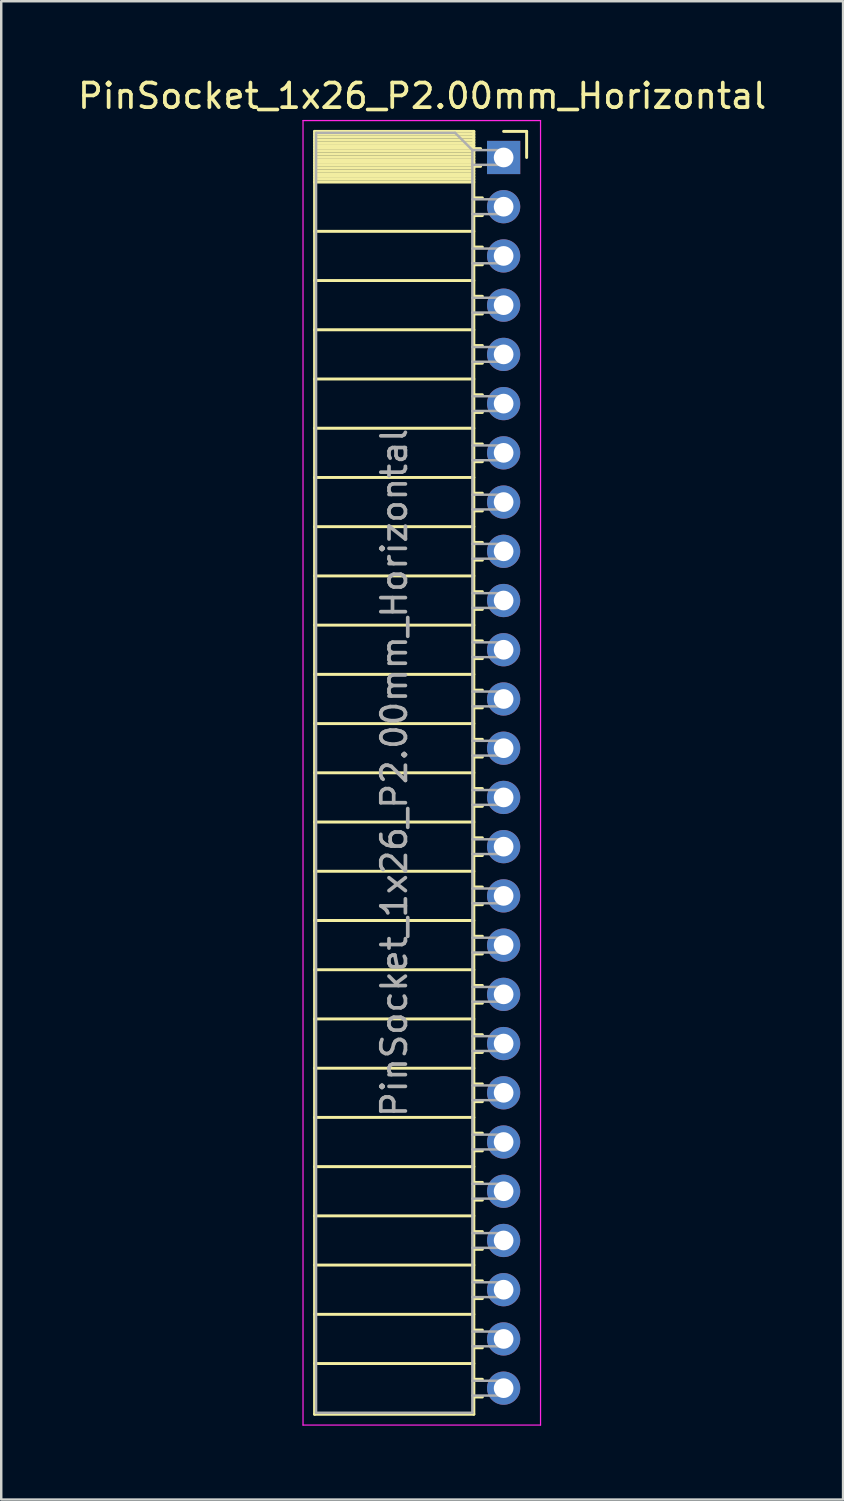
<source format=kicad_pcb>
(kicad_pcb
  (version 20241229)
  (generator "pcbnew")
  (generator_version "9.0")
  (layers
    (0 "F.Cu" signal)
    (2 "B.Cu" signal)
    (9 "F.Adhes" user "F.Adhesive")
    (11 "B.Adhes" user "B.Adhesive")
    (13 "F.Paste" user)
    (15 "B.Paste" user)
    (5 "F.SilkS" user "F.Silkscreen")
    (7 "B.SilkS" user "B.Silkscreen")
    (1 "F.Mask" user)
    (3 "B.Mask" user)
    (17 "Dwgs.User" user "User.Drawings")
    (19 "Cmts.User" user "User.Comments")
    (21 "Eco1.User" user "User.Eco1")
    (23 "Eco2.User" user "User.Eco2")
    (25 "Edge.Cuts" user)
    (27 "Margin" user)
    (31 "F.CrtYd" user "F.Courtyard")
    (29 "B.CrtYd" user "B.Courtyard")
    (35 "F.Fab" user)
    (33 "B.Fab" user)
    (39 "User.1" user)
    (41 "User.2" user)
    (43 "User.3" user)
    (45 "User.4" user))
  (footprint "PinSocket_1x26_P2.00mm_Horizontal"
    (layer "F.Cu")
    (at 17.411 3.348)
    (property "Reference" "PinSocket_1x26_P2.00mm_Horizontal" (at -3.31 -2.5 0) (layer "F.SilkS") (effects (font (size 1 1) (thickness 0.15))))
    (attr through_hole)
    (fp_line (start -7.68 -1.06) (end -7.68 51.06) (stroke (width 0.12) (type solid)) (layer "F.SilkS"))
    (fp_line (start -7.68 -1.06) (end -1.21 -1.06) (stroke (width 0.12) (type solid)) (layer "F.SilkS"))
    (fp_line (start -7.68 -0.94) (end -1.21 -0.94) (stroke (width 0.12) (type solid)) (layer "F.SilkS"))
    (fp_line (start -7.68 -0.826) (end -1.21 -0.826) (stroke (width 0.12) (type solid)) (layer "F.SilkS"))
    (fp_line (start -7.68 -0.712) (end -1.21 -0.712) (stroke (width 0.12) (type solid)) (layer "F.SilkS"))
    (fp_line (start -7.68 -0.598) (end -1.21 -0.598) (stroke (width 0.12) (type solid)) (layer "F.SilkS"))
    (fp_line (start -7.68 -0.484) (end -1.21 -0.484) (stroke (width 0.12) (type solid)) (layer "F.SilkS"))
    (fp_line (start -7.68 -0.369) (end -1.21 -0.369) (stroke (width 0.12) (type solid)) (layer "F.SilkS"))
    (fp_line (start -7.68 -0.255) (end -1.21 -0.255) (stroke (width 0.12) (type solid)) (layer "F.SilkS"))
    (fp_line (start -7.68 -0.141) (end -1.21 -0.141) (stroke (width 0.12) (type solid)) (layer "F.SilkS"))
    (fp_line (start -7.68 -0.027) (end -1.21 -0.027) (stroke (width 0.12) (type solid)) (layer "F.SilkS"))
    (fp_line (start -7.68 0.087) (end -1.21 0.087) (stroke (width 0.12) (type solid)) (layer "F.SilkS"))
    (fp_line (start -7.68 0.201) (end -1.21 0.201) (stroke (width 0.12) (type solid)) (layer "F.SilkS"))
    (fp_line (start -7.68 0.315) (end -1.21 0.315) (stroke (width 0.12) (type solid)) (layer "F.SilkS"))
    (fp_line (start -7.68 0.429) (end -1.21 0.429) (stroke (width 0.12) (type solid)) (layer "F.SilkS"))
    (fp_line (start -7.68 0.544) (end -1.21 0.544) (stroke (width 0.12) (type solid)) (layer "F.SilkS"))
    (fp_line (start -7.68 0.658) (end -1.21 0.658) (stroke (width 0.12) (type solid)) (layer "F.SilkS"))
    (fp_line (start -7.68 0.772) (end -1.21 0.772) (stroke (width 0.12) (type solid)) (layer "F.SilkS"))
    (fp_line (start -7.68 0.886) (end -1.21 0.886) (stroke (width 0.12) (type solid)) (layer "F.SilkS"))
    (fp_line (start -7.68 1) (end -1.21 1) (stroke (width 0.12) (type solid)) (layer "F.SilkS"))
    (fp_line (start -7.68 3) (end -1.21 3) (stroke (width 0.12) (type solid)) (layer "F.SilkS"))
    (fp_line (start -7.68 5) (end -1.21 5) (stroke (width 0.12) (type solid)) (layer "F.SilkS"))
    (fp_line (start -7.68 7) (end -1.21 7) (stroke (width 0.12) (type solid)) (layer "F.SilkS"))
    (fp_line (start -7.68 9) (end -1.21 9) (stroke (width 0.12) (type solid)) (layer "F.SilkS"))
    (fp_line (start -7.68 11) (end -1.21 11) (stroke (width 0.12) (type solid)) (layer "F.SilkS"))
    (fp_line (start -7.68 13) (end -1.21 13) (stroke (width 0.12) (type solid)) (layer "F.SilkS"))
    (fp_line (start -7.68 15) (end -1.21 15) (stroke (width 0.12) (type solid)) (layer "F.SilkS"))
    (fp_line (start -7.68 17) (end -1.21 17) (stroke (width 0.12) (type solid)) (layer "F.SilkS"))
    (fp_line (start -7.68 19) (end -1.21 19) (stroke (width 0.12) (type solid)) (layer "F.SilkS"))
    (fp_line (start -7.68 21) (end -1.21 21) (stroke (width 0.12) (type solid)) (layer "F.SilkS"))
    (fp_line (start -7.68 23) (end -1.21 23) (stroke (width 0.12) (type solid)) (layer "F.SilkS"))
    (fp_line (start -7.68 25) (end -1.21 25) (stroke (width 0.12) (type solid)) (layer "F.SilkS"))
    (fp_line (start -7.68 27) (end -1.21 27) (stroke (width 0.12) (type solid)) (layer "F.SilkS"))
    (fp_line (start -7.68 29) (end -1.21 29) (stroke (width 0.12) (type solid)) (layer "F.SilkS"))
    (fp_line (start -7.68 31) (end -1.21 31) (stroke (width 0.12) (type solid)) (layer "F.SilkS"))
    (fp_line (start -7.68 33) (end -1.21 33) (stroke (width 0.12) (type solid)) (layer "F.SilkS"))
    (fp_line (start -7.68 35) (end -1.21 35) (stroke (width 0.12) (type solid)) (layer "F.SilkS"))
    (fp_line (start -7.68 37) (end -1.21 37) (stroke (width 0.12) (type solid)) (layer "F.SilkS"))
    (fp_line (start -7.68 39) (end -1.21 39) (stroke (width 0.12) (type solid)) (layer "F.SilkS"))
    (fp_line (start -7.68 41) (end -1.21 41) (stroke (width 0.12) (type solid)) (layer "F.SilkS"))
    (fp_line (start -7.68 43) (end -1.21 43) (stroke (width 0.12) (type solid)) (layer "F.SilkS"))
    (fp_line (start -7.68 45) (end -1.21 45) (stroke (width 0.12) (type solid)) (layer "F.SilkS"))
    (fp_line (start -7.68 47) (end -1.21 47) (stroke (width 0.12) (type solid)) (layer "F.SilkS"))
    (fp_line (start -7.68 49) (end -1.21 49) (stroke (width 0.12) (type solid)) (layer "F.SilkS"))
    (fp_line (start -7.68 51.06) (end -1.21 51.06) (stroke (width 0.12) (type solid)) (layer "F.SilkS"))
    (fp_line (start -1.21 -1.06) (end -1.21 51.06) (stroke (width 0.12) (type solid)) (layer "F.SilkS"))
    (fp_line (start -1.21 -0.36) (end -0.935 -0.36) (stroke (width 0.12) (type solid)) (layer "F.SilkS"))
    (fp_line (start -1.21 0.36) (end -0.935 0.36) (stroke (width 0.12) (type solid)) (layer "F.SilkS"))
    (fp_line (start -1.21 1.64) (end -0.863 1.64) (stroke (width 0.12) (type solid)) (layer "F.SilkS"))
    (fp_line (start -1.21 2.36) (end -0.863 2.36) (stroke (width 0.12) (type solid)) (layer "F.SilkS"))
    (fp_line (start -1.21 3.64) (end -0.863 3.64) (stroke (width 0.12) (type solid)) (layer "F.SilkS"))
    (fp_line (start -1.21 4.36) (end -0.863 4.36) (stroke (width 0.12) (type solid)) (layer "F.SilkS"))
    (fp_line (start -1.21 5.64) (end -0.863 5.64) (stroke (width 0.12) (type solid)) (layer "F.SilkS"))
    (fp_line (start -1.21 6.36) (end -0.863 6.36) (stroke (width 0.12) (type solid)) (layer "F.SilkS"))
    (fp_line (start -1.21 7.64) (end -0.863 7.64) (stroke (width 0.12) (type solid)) (layer "F.SilkS"))
    (fp_line (start -1.21 8.36) (end -0.863 8.36) (stroke (width 0.12) (type solid)) (layer "F.SilkS"))
    (fp_line (start -1.21 9.64) (end -0.863 9.64) (stroke (width 0.12) (type solid)) (layer "F.SilkS"))
    (fp_line (start -1.21 10.36) (end -0.863 10.36) (stroke (width 0.12) (type solid)) (layer "F.SilkS"))
    (fp_line (start -1.21 11.64) (end -0.863 11.64) (stroke (width 0.12) (type solid)) (layer "F.SilkS"))
    (fp_line (start -1.21 12.36) (end -0.863 12.36) (stroke (width 0.12) (type solid)) (layer "F.SilkS"))
    (fp_line (start -1.21 13.64) (end -0.863 13.64) (stroke (width 0.12) (type solid)) (layer "F.SilkS"))
    (fp_line (start -1.21 14.36) (end -0.863 14.36) (stroke (width 0.12) (type solid)) (layer "F.SilkS"))
    (fp_line (start -1.21 15.64) (end -0.863 15.64) (stroke (width 0.12) (type solid)) (layer "F.SilkS"))
    (fp_line (start -1.21 16.36) (end -0.863 16.36) (stroke (width 0.12) (type solid)) (layer "F.SilkS"))
    (fp_line (start -1.21 17.64) (end -0.863 17.64) (stroke (width 0.12) (type solid)) (layer "F.SilkS"))
    (fp_line (start -1.21 18.36) (end -0.863 18.36) (stroke (width 0.12) (type solid)) (layer "F.SilkS"))
    (fp_line (start -1.21 19.64) (end -0.863 19.64) (stroke (width 0.12) (type solid)) (layer "F.SilkS"))
    (fp_line (start -1.21 20.36) (end -0.863 20.36) (stroke (width 0.12) (type solid)) (layer "F.SilkS"))
    (fp_line (start -1.21 21.64) (end -0.863 21.64) (stroke (width 0.12) (type solid)) (layer "F.SilkS"))
    (fp_line (start -1.21 22.36) (end -0.863 22.36) (stroke (width 0.12) (type solid)) (layer "F.SilkS"))
    (fp_line (start -1.21 23.64) (end -0.863 23.64) (stroke (width 0.12) (type solid)) (layer "F.SilkS"))
    (fp_line (start -1.21 24.36) (end -0.863 24.36) (stroke (width 0.12) (type solid)) (layer "F.SilkS"))
    (fp_line (start -1.21 25.64) (end -0.863 25.64) (stroke (width 0.12) (type solid)) (layer "F.SilkS"))
    (fp_line (start -1.21 26.36) (end -0.863 26.36) (stroke (width 0.12) (type solid)) (layer "F.SilkS"))
    (fp_line (start -1.21 27.64) (end -0.863 27.64) (stroke (width 0.12) (type solid)) (layer "F.SilkS"))
    (fp_line (start -1.21 28.36) (end -0.863 28.36) (stroke (width 0.12) (type solid)) (layer "F.SilkS"))
    (fp_line (start -1.21 29.64) (end -0.863 29.64) (stroke (width 0.12) (type solid)) (layer "F.SilkS"))
    (fp_line (start -1.21 30.36) (end -0.863 30.36) (stroke (width 0.12) (type solid)) (layer "F.SilkS"))
    (fp_line (start -1.21 31.64) (end -0.863 31.64) (stroke (width 0.12) (type solid)) (layer "F.SilkS"))
    (fp_line (start -1.21 32.36) (end -0.863 32.36) (stroke (width 0.12) (type solid)) (layer "F.SilkS"))
    (fp_line (start -1.21 33.64) (end -0.863 33.64) (stroke (width 0.12) (type solid)) (layer "F.SilkS"))
    (fp_line (start -1.21 34.36) (end -0.863 34.36) (stroke (width 0.12) (type solid)) (layer "F.SilkS"))
    (fp_line (start -1.21 35.64) (end -0.863 35.64) (stroke (width 0.12) (type solid)) (layer "F.SilkS"))
    (fp_line (start -1.21 36.36) (end -0.863 36.36) (stroke (width 0.12) (type solid)) (layer "F.SilkS"))
    (fp_line (start -1.21 37.64) (end -0.863 37.64) (stroke (width 0.12) (type solid)) (layer "F.SilkS"))
    (fp_line (start -1.21 38.36) (end -0.863 38.36) (stroke (width 0.12) (type solid)) (layer "F.SilkS"))
    (fp_line (start -1.21 39.64) (end -0.863 39.64) (stroke (width 0.12) (type solid)) (layer "F.SilkS"))
    (fp_line (start -1.21 40.36) (end -0.863 40.36) (stroke (width 0.12) (type solid)) (layer "F.SilkS"))
    (fp_line (start -1.21 41.64) (end -0.863 41.64) (stroke (width 0.12) (type solid)) (layer "F.SilkS"))
    (fp_line (start -1.21 42.36) (end -0.863 42.36) (stroke (width 0.12) (type solid)) (layer "F.SilkS"))
    (fp_line (start -1.21 43.64) (end -0.863 43.64) (stroke (width 0.12) (type solid)) (layer "F.SilkS"))
    (fp_line (start -1.21 44.36) (end -0.863 44.36) (stroke (width 0.12) (type solid)) (layer "F.SilkS"))
    (fp_line (start -1.21 45.64) (end -0.863 45.64) (stroke (width 0.12) (type solid)) (layer "F.SilkS"))
    (fp_line (start -1.21 46.36) (end -0.863 46.36) (stroke (width 0.12) (type solid)) (layer "F.SilkS"))
    (fp_line (start -1.21 47.64) (end -0.863 47.64) (stroke (width 0.12) (type solid)) (layer "F.SilkS"))
    (fp_line (start -1.21 48.36) (end -0.863 48.36) (stroke (width 0.12) (type solid)) (layer "F.SilkS"))
    (fp_line (start -1.21 49.64) (end -0.863 49.64) (stroke (width 0.12) (type solid)) (layer "F.SilkS"))
    (fp_line (start -1.21 50.36) (end -0.863 50.36) (stroke (width 0.12) (type solid)) (layer "F.SilkS"))
    (fp_line (start 0 -1.06) (end 0.935 -1.06) (stroke (width 0.12) (type solid)) (layer "F.SilkS"))
    (fp_line (start 0.935 -1.06) (end 0.935 0) (stroke (width 0.12) (type solid)) (layer "F.SilkS"))
    (fp_line (start -8.15 -1.5) (end -8.15 51.5) (stroke (width 0.05) (type solid)) (layer "F.CrtYd"))
    (fp_line (start -8.15 51.5) (end 1.5 51.5) (stroke (width 0.05) (type solid)) (layer "F.CrtYd"))
    (fp_line (start 1.5 -1.5) (end -8.15 -1.5) (stroke (width 0.05) (type solid)) (layer "F.CrtYd"))
    (fp_line (start 1.5 51.5) (end 1.5 -1.5) (stroke (width 0.05) (type solid)) (layer "F.CrtYd"))
    (fp_line (start -7.62 -1) (end -1.97 -1) (stroke (width 0.1) (type solid)) (layer "F.Fab"))
    (fp_line (start -7.62 51) (end -7.62 -1) (stroke (width 0.1) (type solid)) (layer "F.Fab"))
    (fp_line (start -1.97 -1) (end -1.27 -0.3) (stroke (width 0.1) (type solid)) (layer "F.Fab"))
    (fp_line (start -1.27 -0.3) (end -1.27 51) (stroke (width 0.1) (type solid)) (layer "F.Fab"))
    (fp_line (start -1.27 0.3) (end 0 0.3) (stroke (width 0.1) (type solid)) (layer "F.Fab"))
    (fp_line (start -1.27 2.3) (end 0 2.3) (stroke (width 0.1) (type solid)) (layer "F.Fab"))
    (fp_line (start -1.27 4.3) (end 0 4.3) (stroke (width 0.1) (type solid)) (layer "F.Fab"))
    (fp_line (start -1.27 6.3) (end 0 6.3) (stroke (width 0.1) (type solid)) (layer "F.Fab"))
    (fp_line (start -1.27 8.3) (end 0 8.3) (stroke (width 0.1) (type solid)) (layer "F.Fab"))
    (fp_line (start -1.27 10.3) (end 0 10.3) (stroke (width 0.1) (type solid)) (layer "F.Fab"))
    (fp_line (start -1.27 12.3) (end 0 12.3) (stroke (width 0.1) (type solid)) (layer "F.Fab"))
    (fp_line (start -1.27 14.3) (end 0 14.3) (stroke (width 0.1) (type solid)) (layer "F.Fab"))
    (fp_line (start -1.27 16.3) (end 0 16.3) (stroke (width 0.1) (type solid)) (layer "F.Fab"))
    (fp_line (start -1.27 18.3) (end 0 18.3) (stroke (width 0.1) (type solid)) (layer "F.Fab"))
    (fp_line (start -1.27 20.3) (end 0 20.3) (stroke (width 0.1) (type solid)) (layer "F.Fab"))
    (fp_line (start -1.27 22.3) (end 0 22.3) (stroke (width 0.1) (type solid)) (layer "F.Fab"))
    (fp_line (start -1.27 24.3) (end 0 24.3) (stroke (width 0.1) (type solid)) (layer "F.Fab"))
    (fp_line (start -1.27 26.3) (end 0 26.3) (stroke (width 0.1) (type solid)) (layer "F.Fab"))
    (fp_line (start -1.27 28.3) (end 0 28.3) (stroke (width 0.1) (type solid)) (layer "F.Fab"))
    (fp_line (start -1.27 30.3) (end 0 30.3) (stroke (width 0.1) (type solid)) (layer "F.Fab"))
    (fp_line (start -1.27 32.3) (end 0 32.3) (stroke (width 0.1) (type solid)) (layer "F.Fab"))
    (fp_line (start -1.27 34.3) (end 0 34.3) (stroke (width 0.1) (type solid)) (layer "F.Fab"))
    (fp_line (start -1.27 36.3) (end 0 36.3) (stroke (width 0.1) (type solid)) (layer "F.Fab"))
    (fp_line (start -1.27 38.3) (end 0 38.3) (stroke (width 0.1) (type solid)) (layer "F.Fab"))
    (fp_line (start -1.27 40.3) (end 0 40.3) (stroke (width 0.1) (type solid)) (layer "F.Fab"))
    (fp_line (start -1.27 42.3) (end 0 42.3) (stroke (width 0.1) (type solid)) (layer "F.Fab"))
    (fp_line (start -1.27 44.3) (end 0 44.3) (stroke (width 0.1) (type solid)) (layer "F.Fab"))
    (fp_line (start -1.27 46.3) (end 0 46.3) (stroke (width 0.1) (type solid)) (layer "F.Fab"))
    (fp_line (start -1.27 48.3) (end 0 48.3) (stroke (width 0.1) (type solid)) (layer "F.Fab"))
    (fp_line (start -1.27 50.3) (end 0 50.3) (stroke (width 0.1) (type solid)) (layer "F.Fab"))
    (fp_line (start -1.27 51) (end -7.62 51) (stroke (width 0.1) (type solid)) (layer "F.Fab"))
    (fp_line (start 0 -0.3) (end -1.27 -0.3) (stroke (width 0.1) (type solid)) (layer "F.Fab"))
    (fp_line (start 0 0.3) (end 0 -0.3) (stroke (width 0.1) (type solid)) (layer "F.Fab"))
    (fp_line (start 0 1.7) (end -1.27 1.7) (stroke (width 0.1) (type solid)) (layer "F.Fab"))
    (fp_line (start 0 2.3) (end 0 1.7) (stroke (width 0.1) (type solid)) (layer "F.Fab"))
    (fp_line (start 0 3.7) (end -1.27 3.7) (stroke (width 0.1) (type solid)) (layer "F.Fab"))
    (fp_line (start 0 4.3) (end 0 3.7) (stroke (width 0.1) (type solid)) (layer "F.Fab"))
    (fp_line (start 0 5.7) (end -1.27 5.7) (stroke (width 0.1) (type solid)) (layer "F.Fab"))
    (fp_line (start 0 6.3) (end 0 5.7) (stroke (width 0.1) (type solid)) (layer "F.Fab"))
    (fp_line (start 0 7.7) (end -1.27 7.7) (stroke (width 0.1) (type solid)) (layer "F.Fab"))
    (fp_line (start 0 8.3) (end 0 7.7) (stroke (width 0.1) (type solid)) (layer "F.Fab"))
    (fp_line (start 0 9.7) (end -1.27 9.7) (stroke (width 0.1) (type solid)) (layer "F.Fab"))
    (fp_line (start 0 10.3) (end 0 9.7) (stroke (width 0.1) (type solid)) (layer "F.Fab"))
    (fp_line (start 0 11.7) (end -1.27 11.7) (stroke (width 0.1) (type solid)) (layer "F.Fab"))
    (fp_line (start 0 12.3) (end 0 11.7) (stroke (width 0.1) (type solid)) (layer "F.Fab"))
    (fp_line (start 0 13.7) (end -1.27 13.7) (stroke (width 0.1) (type solid)) (layer "F.Fab"))
    (fp_line (start 0 14.3) (end 0 13.7) (stroke (width 0.1) (type solid)) (layer "F.Fab"))
    (fp_line (start 0 15.7) (end -1.27 15.7) (stroke (width 0.1) (type solid)) (layer "F.Fab"))
    (fp_line (start 0 16.3) (end 0 15.7) (stroke (width 0.1) (type solid)) (layer "F.Fab"))
    (fp_line (start 0 17.7) (end -1.27 17.7) (stroke (width 0.1) (type solid)) (layer "F.Fab"))
    (fp_line (start 0 18.3) (end 0 17.7) (stroke (width 0.1) (type solid)) (layer "F.Fab"))
    (fp_line (start 0 19.7) (end -1.27 19.7) (stroke (width 0.1) (type solid)) (layer "F.Fab"))
    (fp_line (start 0 20.3) (end 0 19.7) (stroke (width 0.1) (type solid)) (layer "F.Fab"))
    (fp_line (start 0 21.7) (end -1.27 21.7) (stroke (width 0.1) (type solid)) (layer "F.Fab"))
    (fp_line (start 0 22.3) (end 0 21.7) (stroke (width 0.1) (type solid)) (layer "F.Fab"))
    (fp_line (start 0 23.7) (end -1.27 23.7) (stroke (width 0.1) (type solid)) (layer "F.Fab"))
    (fp_line (start 0 24.3) (end 0 23.7) (stroke (width 0.1) (type solid)) (layer "F.Fab"))
    (fp_line (start 0 25.7) (end -1.27 25.7) (stroke (width 0.1) (type solid)) (layer "F.Fab"))
    (fp_line (start 0 26.3) (end 0 25.7) (stroke (width 0.1) (type solid)) (layer "F.Fab"))
    (fp_line (start 0 27.7) (end -1.27 27.7) (stroke (width 0.1) (type solid)) (layer "F.Fab"))
    (fp_line (start 0 28.3) (end 0 27.7) (stroke (width 0.1) (type solid)) (layer "F.Fab"))
    (fp_line (start 0 29.7) (end -1.27 29.7) (stroke (width 0.1) (type solid)) (layer "F.Fab"))
    (fp_line (start 0 30.3) (end 0 29.7) (stroke (width 0.1) (type solid)) (layer "F.Fab"))
    (fp_line (start 0 31.7) (end -1.27 31.7) (stroke (width 0.1) (type solid)) (layer "F.Fab"))
    (fp_line (start 0 32.3) (end 0 31.7) (stroke (width 0.1) (type solid)) (layer "F.Fab"))
    (fp_line (start 0 33.7) (end -1.27 33.7) (stroke (width 0.1) (type solid)) (layer "F.Fab"))
    (fp_line (start 0 34.3) (end 0 33.7) (stroke (width 0.1) (type solid)) (layer "F.Fab"))
    (fp_line (start 0 35.7) (end -1.27 35.7) (stroke (width 0.1) (type solid)) (layer "F.Fab"))
    (fp_line (start 0 36.3) (end 0 35.7) (stroke (width 0.1) (type solid)) (layer "F.Fab"))
    (fp_line (start 0 37.7) (end -1.27 37.7) (stroke (width 0.1) (type solid)) (layer "F.Fab"))
    (fp_line (start 0 38.3) (end 0 37.7) (stroke (width 0.1) (type solid)) (layer "F.Fab"))
    (fp_line (start 0 39.7) (end -1.27 39.7) (stroke (width 0.1) (type solid)) (layer "F.Fab"))
    (fp_line (start 0 40.3) (end 0 39.7) (stroke (width 0.1) (type solid)) (layer "F.Fab"))
    (fp_line (start 0 41.7) (end -1.27 41.7) (stroke (width 0.1) (type solid)) (layer "F.Fab"))
    (fp_line (start 0 42.3) (end 0 41.7) (stroke (width 0.1) (type solid)) (layer "F.Fab"))
    (fp_line (start 0 43.7) (end -1.27 43.7) (stroke (width 0.1) (type solid)) (layer "F.Fab"))
    (fp_line (start 0 44.3) (end 0 43.7) (stroke (width 0.1) (type solid)) (layer "F.Fab"))
    (fp_line (start 0 45.7) (end -1.27 45.7) (stroke (width 0.1) (type solid)) (layer "F.Fab"))
    (fp_line (start 0 46.3) (end 0 45.7) (stroke (width 0.1) (type solid)) (layer "F.Fab"))
    (fp_line (start 0 47.7) (end -1.27 47.7) (stroke (width 0.1) (type solid)) (layer "F.Fab"))
    (fp_line (start 0 48.3) (end 0 47.7) (stroke (width 0.1) (type solid)) (layer "F.Fab"))
    (fp_line (start 0 49.7) (end -1.27 49.7) (stroke (width 0.1) (type solid)) (layer "F.Fab"))
    (fp_line (start 0 50.3) (end 0 49.7) (stroke (width 0.1) (type solid)) (layer "F.Fab"))
    (fp_text user "${REFERENCE}" (at -4.445 25 90) (layer "F.Fab") (effects (font (size 1 1) (thickness 0.15))))
    (pad "1" thru_hole rect (at 0 0) (size 1.35 1.35) (drill 0.8) (layers "*.Cu" "*.Mask"))
    (pad "2" thru_hole oval (at 0 2) (size 1.35 1.35) (drill 0.8) (layers "*.Cu" "*.Mask"))
    (pad "3" thru_hole oval (at 0 4) (size 1.35 1.35) (drill 0.8) (layers "*.Cu" "*.Mask"))
    (pad "4" thru_hole oval (at 0 6) (size 1.35 1.35) (drill 0.8) (layers "*.Cu" "*.Mask"))
    (pad "5" thru_hole oval (at 0 8) (size 1.35 1.35) (drill 0.8) (layers "*.Cu" "*.Mask"))
    (pad "6" thru_hole oval (at 0 10) (size 1.35 1.35) (drill 0.8) (layers "*.Cu" "*.Mask"))
    (pad "7" thru_hole oval (at 0 12) (size 1.35 1.35) (drill 0.8) (layers "*.Cu" "*.Mask"))
    (pad "8" thru_hole oval (at 0 14) (size 1.35 1.35) (drill 0.8) (layers "*.Cu" "*.Mask"))
    (pad "9" thru_hole oval (at 0 16) (size 1.35 1.35) (drill 0.8) (layers "*.Cu" "*.Mask"))
    (pad "10" thru_hole oval (at 0 18) (size 1.35 1.35) (drill 0.8) (layers "*.Cu" "*.Mask"))
    (pad "11" thru_hole oval (at 0 20) (size 1.35 1.35) (drill 0.8) (layers "*.Cu" "*.Mask"))
    (pad "12" thru_hole oval (at 0 22) (size 1.35 1.35) (drill 0.8) (layers "*.Cu" "*.Mask"))
    (pad "13" thru_hole oval (at 0 24) (size 1.35 1.35) (drill 0.8) (layers "*.Cu" "*.Mask"))
    (pad "14" thru_hole oval (at 0 26) (size 1.35 1.35) (drill 0.8) (layers "*.Cu" "*.Mask"))
    (pad "15" thru_hole oval (at 0 28) (size 1.35 1.35) (drill 0.8) (layers "*.Cu" "*.Mask"))
    (pad "16" thru_hole oval (at 0 30) (size 1.35 1.35) (drill 0.8) (layers "*.Cu" "*.Mask"))
    (pad "17" thru_hole oval (at 0 32) (size 1.35 1.35) (drill 0.8) (layers "*.Cu" "*.Mask"))
    (pad "18" thru_hole oval (at 0 34) (size 1.35 1.35) (drill 0.8) (layers "*.Cu" "*.Mask"))
    (pad "19" thru_hole oval (at 0 36) (size 1.35 1.35) (drill 0.8) (layers "*.Cu" "*.Mask"))
    (pad "20" thru_hole oval (at 0 38) (size 1.35 1.35) (drill 0.8) (layers "*.Cu" "*.Mask"))
    (pad "21" thru_hole oval (at 0 40) (size 1.35 1.35) (drill 0.8) (layers "*.Cu" "*.Mask"))
    (pad "22" thru_hole oval (at 0 42) (size 1.35 1.35) (drill 0.8) (layers "*.Cu" "*.Mask"))
    (pad "23" thru_hole oval (at 0 44) (size 1.35 1.35) (drill 0.8) (layers "*.Cu" "*.Mask"))
    (pad "24" thru_hole oval (at 0 46) (size 1.35 1.35) (drill 0.8) (layers "*.Cu" "*.Mask"))
    (pad "25" thru_hole oval (at 0 48) (size 1.35 1.35) (drill 0.8) (layers "*.Cu" "*.Mask"))
    (pad "26" thru_hole oval (at 0 50) (size 1.35 1.35) (drill 0.8) (layers "*.Cu" "*.Mask")))
  (gr_rect
    (start -3 -3)
    (end 31.202 57.873)
    (stroke (width 0.1) (type default))
    (fill no)
    (layer "Edge.Cuts")))
</source>
